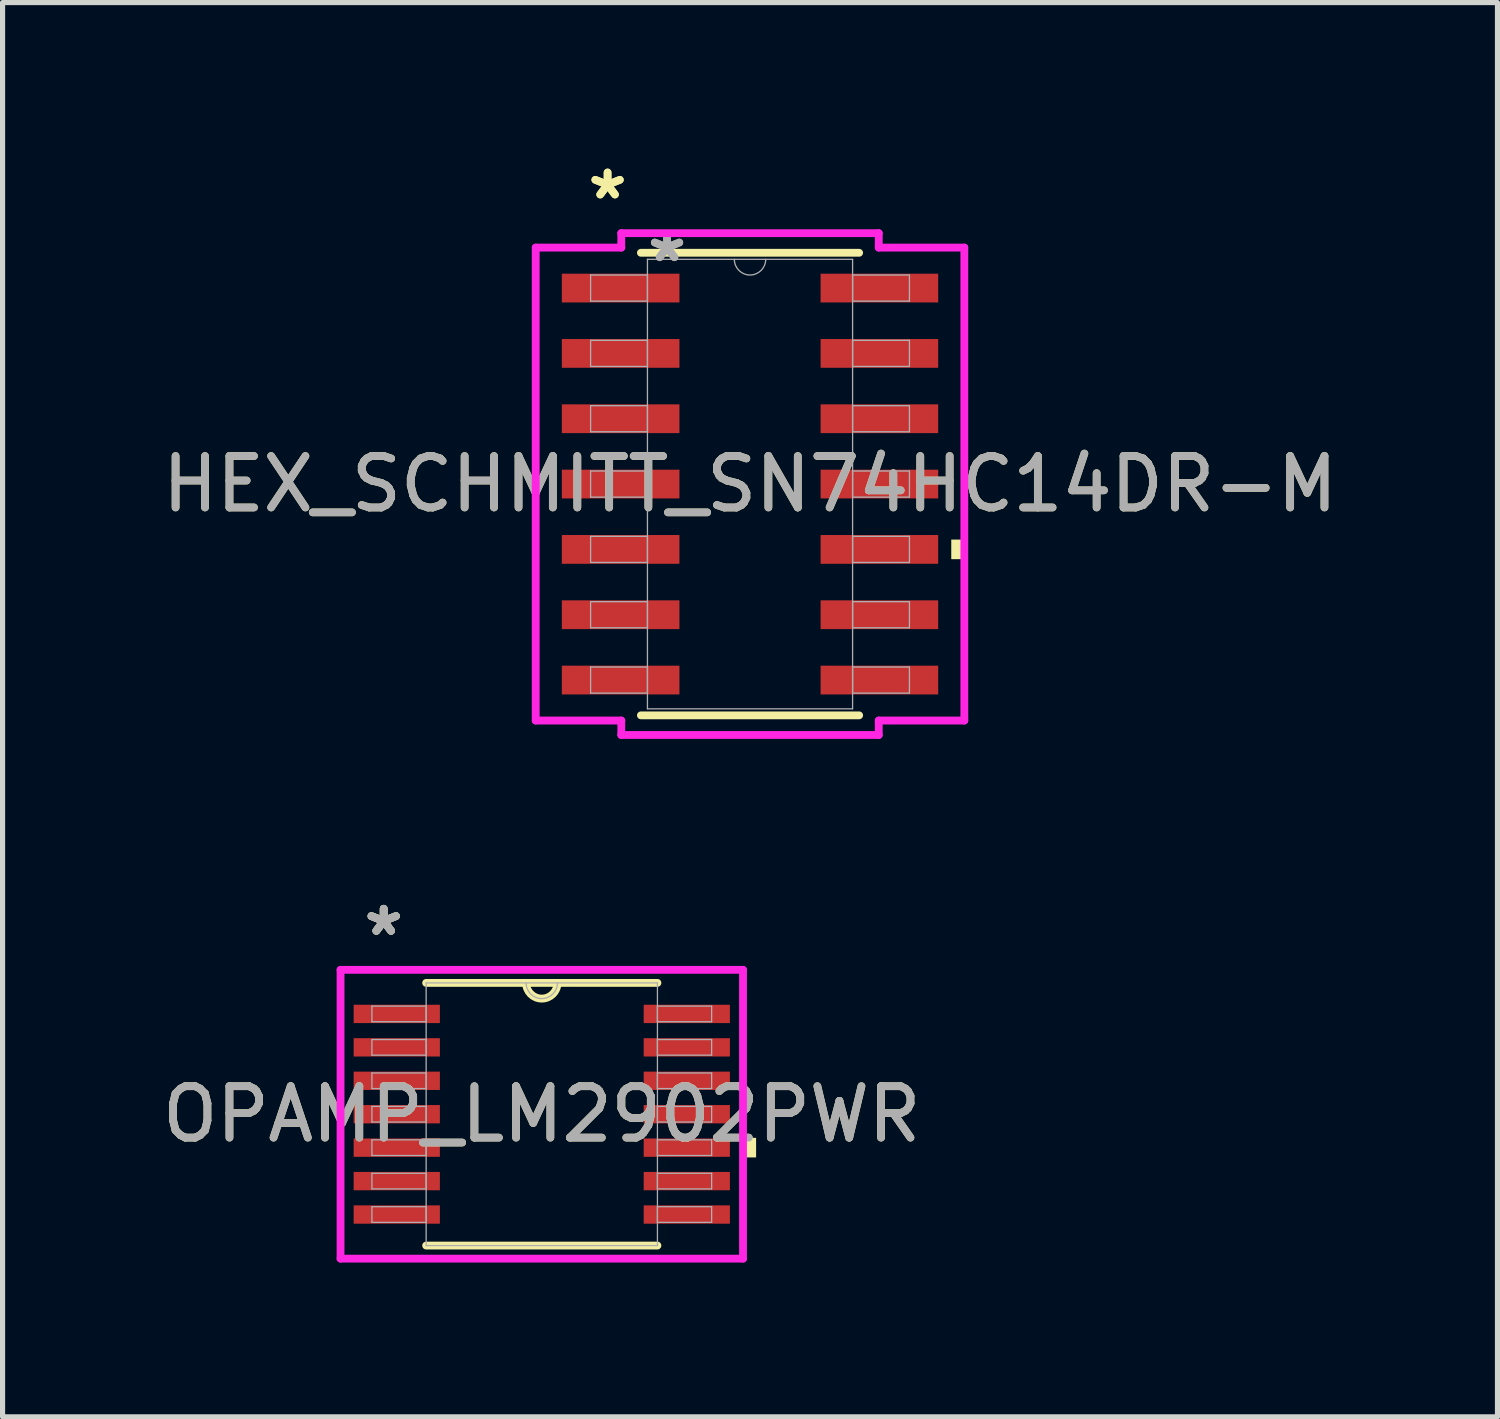
<source format=kicad_pcb>
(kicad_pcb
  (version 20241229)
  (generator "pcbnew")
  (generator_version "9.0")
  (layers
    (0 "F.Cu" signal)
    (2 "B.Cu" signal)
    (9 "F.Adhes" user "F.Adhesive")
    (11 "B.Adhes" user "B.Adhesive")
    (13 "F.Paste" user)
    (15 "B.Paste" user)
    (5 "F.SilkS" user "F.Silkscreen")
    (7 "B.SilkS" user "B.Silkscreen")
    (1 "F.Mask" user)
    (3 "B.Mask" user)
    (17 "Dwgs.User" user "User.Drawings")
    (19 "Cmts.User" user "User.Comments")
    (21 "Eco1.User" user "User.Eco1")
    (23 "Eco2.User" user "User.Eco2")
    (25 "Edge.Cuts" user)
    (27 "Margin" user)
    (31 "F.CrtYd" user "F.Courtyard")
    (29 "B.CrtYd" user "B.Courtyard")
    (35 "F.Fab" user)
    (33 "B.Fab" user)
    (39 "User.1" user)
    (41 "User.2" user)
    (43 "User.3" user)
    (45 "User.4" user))
  (footprint "OPAMP_LM2902PWR"
    (layer "F.Cu")
    (at 7.482 18.61)
    (property "Reference" "OPAMP_LM2902PWR" (at 0 0 0) (unlocked yes) (layer "F.SilkS") (effects (font (size 1 1) (thickness 0.15))))
    (attr smd)
    (fp_line (start -2.248 2.553) (end 2.248 2.553) (stroke (width 0.152) (type solid)) (layer "F.SilkS"))
    (fp_line (start 2.248 -2.553) (end -2.248 -2.553) (stroke (width 0.152) (type solid)) (layer "F.SilkS"))
    (fp_arc (start 0.3048 -2.5527) (mid 0 -2.2479) (end -0.3048 -2.5527) (stroke (width 0.1524) (type solid)) (layer "F.SilkS"))
    (fp_poly (pts (xy 4.166 0.459) (xy 4.166 0.84) (xy 3.912 0.84) (xy 3.912 0.459)) (stroke (width 0) (type solid)) (fill yes) (layer "F.SilkS"))
    (fp_line (start -3.912 -2.807) (end 3.912 -2.807) (stroke (width 0.152) (type solid)) (layer "F.CrtYd"))
    (fp_line (start -3.912 2.807) (end -3.912 -2.807) (stroke (width 0.152) (type solid)) (layer "F.CrtYd"))
    (fp_line (start 3.912 -2.807) (end 3.912 2.807) (stroke (width 0.152) (type solid)) (layer "F.CrtYd"))
    (fp_line (start 3.912 2.807) (end -3.912 2.807) (stroke (width 0.152) (type solid)) (layer "F.CrtYd"))
    (fp_line (start -3.302 -2.102) (end -3.302 -1.798) (stroke (width 0.025) (type solid)) (layer "F.Fab"))
    (fp_line (start -3.302 -1.798) (end -2.248 -1.798) (stroke (width 0.025) (type solid)) (layer "F.Fab"))
    (fp_line (start -3.302 -1.452) (end -3.302 -1.148) (stroke (width 0.025) (type solid)) (layer "F.Fab"))
    (fp_line (start -3.302 -1.148) (end -2.248 -1.148) (stroke (width 0.025) (type solid)) (layer "F.Fab"))
    (fp_line (start -3.302 -0.802) (end -3.302 -0.498) (stroke (width 0.025) (type solid)) (layer "F.Fab"))
    (fp_line (start -3.302 -0.498) (end -2.248 -0.498) (stroke (width 0.025) (type solid)) (layer "F.Fab"))
    (fp_line (start -3.302 -0.152) (end -3.302 0.152) (stroke (width 0.025) (type solid)) (layer "F.Fab"))
    (fp_line (start -3.302 0.152) (end -2.248 0.152) (stroke (width 0.025) (type solid)) (layer "F.Fab"))
    (fp_line (start -3.302 0.498) (end -3.302 0.802) (stroke (width 0.025) (type solid)) (layer "F.Fab"))
    (fp_line (start -3.302 0.802) (end -2.248 0.802) (stroke (width 0.025) (type solid)) (layer "F.Fab"))
    (fp_line (start -3.302 1.148) (end -3.302 1.452) (stroke (width 0.025) (type solid)) (layer "F.Fab"))
    (fp_line (start -3.302 1.452) (end -2.248 1.452) (stroke (width 0.025) (type solid)) (layer "F.Fab"))
    (fp_line (start -3.302 1.798) (end -3.302 2.102) (stroke (width 0.025) (type solid)) (layer "F.Fab"))
    (fp_line (start -3.302 2.102) (end -2.248 2.102) (stroke (width 0.025) (type solid)) (layer "F.Fab"))
    (fp_line (start -2.248 -2.553) (end -2.248 2.553) (stroke (width 0.025) (type solid)) (layer "F.Fab"))
    (fp_line (start -2.248 -2.102) (end -3.302 -2.102) (stroke (width 0.025) (type solid)) (layer "F.Fab"))
    (fp_line (start -2.248 -1.798) (end -2.248 -2.102) (stroke (width 0.025) (type solid)) (layer "F.Fab"))
    (fp_line (start -2.248 -1.452) (end -3.302 -1.452) (stroke (width 0.025) (type solid)) (layer "F.Fab"))
    (fp_line (start -2.248 -1.148) (end -2.248 -1.452) (stroke (width 0.025) (type solid)) (layer "F.Fab"))
    (fp_line (start -2.248 -0.802) (end -3.302 -0.802) (stroke (width 0.025) (type solid)) (layer "F.Fab"))
    (fp_line (start -2.248 -0.498) (end -2.248 -0.802) (stroke (width 0.025) (type solid)) (layer "F.Fab"))
    (fp_line (start -2.248 -0.152) (end -3.302 -0.152) (stroke (width 0.025) (type solid)) (layer "F.Fab"))
    (fp_line (start -2.248 0.152) (end -2.248 -0.152) (stroke (width 0.025) (type solid)) (layer "F.Fab"))
    (fp_line (start -2.248 0.498) (end -3.302 0.498) (stroke (width 0.025) (type solid)) (layer "F.Fab"))
    (fp_line (start -2.248 0.802) (end -2.248 0.498) (stroke (width 0.025) (type solid)) (layer "F.Fab"))
    (fp_line (start -2.248 1.148) (end -3.302 1.148) (stroke (width 0.025) (type solid)) (layer "F.Fab"))
    (fp_line (start -2.248 1.452) (end -2.248 1.148) (stroke (width 0.025) (type solid)) (layer "F.Fab"))
    (fp_line (start -2.248 1.798) (end -3.302 1.798) (stroke (width 0.025) (type solid)) (layer "F.Fab"))
    (fp_line (start -2.248 2.102) (end -2.248 1.798) (stroke (width 0.025) (type solid)) (layer "F.Fab"))
    (fp_line (start -2.248 2.553) (end 2.248 2.553) (stroke (width 0.025) (type solid)) (layer "F.Fab"))
    (fp_line (start 2.248 -2.553) (end -2.248 -2.553) (stroke (width 0.025) (type solid)) (layer "F.Fab"))
    (fp_line (start 2.248 -2.102) (end 2.248 -1.798) (stroke (width 0.025) (type solid)) (layer "F.Fab"))
    (fp_line (start 2.248 -1.798) (end 3.302 -1.798) (stroke (width 0.025) (type solid)) (layer "F.Fab"))
    (fp_line (start 2.248 -1.452) (end 2.248 -1.148) (stroke (width 0.025) (type solid)) (layer "F.Fab"))
    (fp_line (start 2.248 -1.148) (end 3.302 -1.148) (stroke (width 0.025) (type solid)) (layer "F.Fab"))
    (fp_line (start 2.248 -0.802) (end 2.248 -0.498) (stroke (width 0.025) (type solid)) (layer "F.Fab"))
    (fp_line (start 2.248 -0.498) (end 3.302 -0.498) (stroke (width 0.025) (type solid)) (layer "F.Fab"))
    (fp_line (start 2.248 -0.152) (end 2.248 0.152) (stroke (width 0.025) (type solid)) (layer "F.Fab"))
    (fp_line (start 2.248 0.152) (end 3.302 0.152) (stroke (width 0.025) (type solid)) (layer "F.Fab"))
    (fp_line (start 2.248 0.498) (end 2.248 0.802) (stroke (width 0.025) (type solid)) (layer "F.Fab"))
    (fp_line (start 2.248 0.802) (end 3.302 0.802) (stroke (width 0.025) (type solid)) (layer "F.Fab"))
    (fp_line (start 2.248 1.148) (end 2.248 1.452) (stroke (width 0.025) (type solid)) (layer "F.Fab"))
    (fp_line (start 2.248 1.452) (end 3.302 1.452) (stroke (width 0.025) (type solid)) (layer "F.Fab"))
    (fp_line (start 2.248 1.798) (end 2.248 2.102) (stroke (width 0.025) (type solid)) (layer "F.Fab"))
    (fp_line (start 2.248 2.102) (end 3.302 2.102) (stroke (width 0.025) (type solid)) (layer "F.Fab"))
    (fp_line (start 2.248 2.553) (end 2.248 -2.553) (stroke (width 0.025) (type solid)) (layer "F.Fab"))
    (fp_line (start 3.302 -2.102) (end 2.248 -2.102) (stroke (width 0.025) (type solid)) (layer "F.Fab"))
    (fp_line (start 3.302 -1.798) (end 3.302 -2.102) (stroke (width 0.025) (type solid)) (layer "F.Fab"))
    (fp_line (start 3.302 -1.452) (end 2.248 -1.452) (stroke (width 0.025) (type solid)) (layer "F.Fab"))
    (fp_line (start 3.302 -1.148) (end 3.302 -1.452) (stroke (width 0.025) (type solid)) (layer "F.Fab"))
    (fp_line (start 3.302 -0.802) (end 2.248 -0.802) (stroke (width 0.025) (type solid)) (layer "F.Fab"))
    (fp_line (start 3.302 -0.498) (end 3.302 -0.802) (stroke (width 0.025) (type solid)) (layer "F.Fab"))
    (fp_line (start 3.302 -0.152) (end 2.248 -0.152) (stroke (width 0.025) (type solid)) (layer "F.Fab"))
    (fp_line (start 3.302 0.152) (end 3.302 -0.152) (stroke (width 0.025) (type solid)) (layer "F.Fab"))
    (fp_line (start 3.302 0.498) (end 2.248 0.498) (stroke (width 0.025) (type solid)) (layer "F.Fab"))
    (fp_line (start 3.302 0.802) (end 3.302 0.498) (stroke (width 0.025) (type solid)) (layer "F.Fab"))
    (fp_line (start 3.302 1.148) (end 2.248 1.148) (stroke (width 0.025) (type solid)) (layer "F.Fab"))
    (fp_line (start 3.302 1.452) (end 3.302 1.148) (stroke (width 0.025) (type solid)) (layer "F.Fab"))
    (fp_line (start 3.302 1.798) (end 2.248 1.798) (stroke (width 0.025) (type solid)) (layer "F.Fab"))
    (fp_line (start 3.302 2.102) (end 3.302 1.798) (stroke (width 0.025) (type solid)) (layer "F.Fab"))
    (fp_arc (start 0.3048 -2.5527) (mid 0 -2.2479) (end -0.3048 -2.5527) (stroke (width 0.0254) (type solid)) (layer "F.Fab"))
    (fp_text user "*" (at -3.073 -3.449 0) (unlocked yes) (layer "F.SilkS") (effects (font (size 1 1) (thickness 0.15))))
    (fp_text user "*" (at -3.073 -3.449 0) (layer "F.SilkS") (effects (font (size 1 1) (thickness 0.15))))
    (fp_text user "*" (at -3.073 -3.449 0) (layer "F.Fab") (effects (font (size 1 1) (thickness 0.15))))
    (fp_text user "${REFERENCE}" (at 0 0 0) (unlocked yes) (layer "F.Fab") (effects (font (size 1 1) (thickness 0.15))))
    (fp_text user "*" (at -3.073 -3.449 0) (unlocked yes) (layer "F.Fab") (effects (font (size 1 1) (thickness 0.15))))
    (pad "1" smd rect (at -2.819 -1.95) (size 1.676 0.356) (layers "F.Cu" "F.Mask" "F.Paste"))
    (pad "2" smd rect (at -2.819 -1.3) (size 1.676 0.356) (layers "F.Cu" "F.Mask" "F.Paste"))
    (pad "3" smd rect (at -2.819 -0.65) (size 1.676 0.356) (layers "F.Cu" "F.Mask" "F.Paste"))
    (pad "4" smd rect (at -2.819 0) (size 1.676 0.356) (layers "F.Cu" "F.Mask" "F.Paste"))
    (pad "5" smd rect (at -2.819 0.65) (size 1.676 0.356) (layers "F.Cu" "F.Mask" "F.Paste"))
    (pad "6" smd rect (at -2.819 1.3) (size 1.676 0.356) (layers "F.Cu" "F.Mask" "F.Paste"))
    (pad "7" smd rect (at -2.819 1.95) (size 1.676 0.356) (layers "F.Cu" "F.Mask" "F.Paste"))
    (pad "8" smd rect (at 2.819 1.95) (size 1.676 0.356) (layers "F.Cu" "F.Mask" "F.Paste"))
    (pad "9" smd rect (at 2.819 1.3) (size 1.676 0.356) (layers "F.Cu" "F.Mask" "F.Paste"))
    (pad "10" smd rect (at 2.819 0.65) (size 1.676 0.356) (layers "F.Cu" "F.Mask" "F.Paste"))
    (pad "11" smd rect (at 2.819 0) (size 1.676 0.356) (layers "F.Cu" "F.Mask" "F.Paste"))
    (pad "12" smd rect (at 2.819 -0.65) (size 1.676 0.356) (layers "F.Cu" "F.Mask" "F.Paste"))
    (pad "13" smd rect (at 2.819 -1.3) (size 1.676 0.356) (layers "F.Cu" "F.Mask" "F.Paste"))
    (pad "14" smd rect (at 2.819 -1.95) (size 1.676 0.356) (layers "F.Cu" "F.Mask" "F.Paste")))
  (footprint "HEX_SCHMITT_SN74HC14DR-M"
    (layer "F.Cu")
    (at 11.53 6.36)
    (property "Reference" "HEX_SCHMITT_SN74HC14DR-M" (at 0 0 0) (unlocked yes) (layer "F.SilkS") (effects (font (size 1 1) (thickness 0.15))))
    (attr smd)
    (fp_line (start -2.121 4.496) (end 2.121 4.496) (stroke (width 0.152) (type solid)) (layer "F.SilkS"))
    (fp_line (start 2.121 -4.496) (end -2.121 -4.496) (stroke (width 0.152) (type solid)) (layer "F.SilkS"))
    (fp_poly (pts (xy 4.166 1.079) (xy 4.166 1.46) (xy 3.912 1.46) (xy 3.912 1.079)) (stroke (width 0) (type solid)) (fill yes) (layer "F.SilkS"))
    (fp_line (start -4.166 -4.597) (end -2.502 -4.597) (stroke (width 0.152) (type solid)) (layer "F.CrtYd"))
    (fp_line (start -4.166 4.597) (end -4.166 -4.597) (stroke (width 0.152) (type solid)) (layer "F.CrtYd"))
    (fp_line (start -4.166 4.597) (end -2.502 4.597) (stroke (width 0.152) (type solid)) (layer "F.CrtYd"))
    (fp_line (start -2.502 -4.877) (end 2.502 -4.877) (stroke (width 0.152) (type solid)) (layer "F.CrtYd"))
    (fp_line (start -2.502 -4.597) (end -2.502 -4.877) (stroke (width 0.152) (type solid)) (layer "F.CrtYd"))
    (fp_line (start -2.502 4.877) (end -2.502 4.597) (stroke (width 0.152) (type solid)) (layer "F.CrtYd"))
    (fp_line (start 2.502 -4.877) (end 2.502 -4.597) (stroke (width 0.152) (type solid)) (layer "F.CrtYd"))
    (fp_line (start 2.502 4.597) (end 2.502 4.877) (stroke (width 0.152) (type solid)) (layer "F.CrtYd"))
    (fp_line (start 2.502 4.877) (end -2.502 4.877) (stroke (width 0.152) (type solid)) (layer "F.CrtYd"))
    (fp_line (start 4.166 -4.597) (end 2.502 -4.597) (stroke (width 0.152) (type solid)) (layer "F.CrtYd"))
    (fp_line (start 4.166 -4.597) (end 4.166 4.597) (stroke (width 0.152) (type solid)) (layer "F.CrtYd"))
    (fp_line (start 4.166 4.597) (end 2.502 4.597) (stroke (width 0.152) (type solid)) (layer "F.CrtYd"))
    (fp_line (start -3.099 -4.064) (end -3.099 -3.556) (stroke (width 0.025) (type solid)) (layer "F.Fab"))
    (fp_line (start -3.099 -3.556) (end -1.994 -3.556) (stroke (width 0.025) (type solid)) (layer "F.Fab"))
    (fp_line (start -3.099 -2.794) (end -3.099 -2.286) (stroke (width 0.025) (type solid)) (layer "F.Fab"))
    (fp_line (start -3.099 -2.286) (end -1.994 -2.286) (stroke (width 0.025) (type solid)) (layer "F.Fab"))
    (fp_line (start -3.099 -1.524) (end -3.099 -1.016) (stroke (width 0.025) (type solid)) (layer "F.Fab"))
    (fp_line (start -3.099 -1.016) (end -1.994 -1.016) (stroke (width 0.025) (type solid)) (layer "F.Fab"))
    (fp_line (start -3.099 -0.254) (end -3.099 0.254) (stroke (width 0.025) (type solid)) (layer "F.Fab"))
    (fp_line (start -3.099 0.254) (end -1.994 0.254) (stroke (width 0.025) (type solid)) (layer "F.Fab"))
    (fp_line (start -3.099 1.016) (end -3.099 1.524) (stroke (width 0.025) (type solid)) (layer "F.Fab"))
    (fp_line (start -3.099 1.524) (end -1.994 1.524) (stroke (width 0.025) (type solid)) (layer "F.Fab"))
    (fp_line (start -3.099 2.286) (end -3.099 2.794) (stroke (width 0.025) (type solid)) (layer "F.Fab"))
    (fp_line (start -3.099 2.794) (end -1.994 2.794) (stroke (width 0.025) (type solid)) (layer "F.Fab"))
    (fp_line (start -3.099 3.556) (end -3.099 4.064) (stroke (width 0.025) (type solid)) (layer "F.Fab"))
    (fp_line (start -3.099 4.064) (end -1.994 4.064) (stroke (width 0.025) (type solid)) (layer "F.Fab"))
    (fp_line (start -1.994 -4.369) (end -1.994 4.369) (stroke (width 0.025) (type solid)) (layer "F.Fab"))
    (fp_line (start -1.994 -4.064) (end -3.099 -4.064) (stroke (width 0.025) (type solid)) (layer "F.Fab"))
    (fp_line (start -1.994 -3.556) (end -1.994 -4.064) (stroke (width 0.025) (type solid)) (layer "F.Fab"))
    (fp_line (start -1.994 -2.794) (end -3.099 -2.794) (stroke (width 0.025) (type solid)) (layer "F.Fab"))
    (fp_line (start -1.994 -2.286) (end -1.994 -2.794) (stroke (width 0.025) (type solid)) (layer "F.Fab"))
    (fp_line (start -1.994 -1.524) (end -3.099 -1.524) (stroke (width 0.025) (type solid)) (layer "F.Fab"))
    (fp_line (start -1.994 -1.016) (end -1.994 -1.524) (stroke (width 0.025) (type solid)) (layer "F.Fab"))
    (fp_line (start -1.994 -0.254) (end -3.099 -0.254) (stroke (width 0.025) (type solid)) (layer "F.Fab"))
    (fp_line (start -1.994 0.254) (end -1.994 -0.254) (stroke (width 0.025) (type solid)) (layer "F.Fab"))
    (fp_line (start -1.994 1.016) (end -3.099 1.016) (stroke (width 0.025) (type solid)) (layer "F.Fab"))
    (fp_line (start -1.994 1.524) (end -1.994 1.016) (stroke (width 0.025) (type solid)) (layer "F.Fab"))
    (fp_line (start -1.994 2.286) (end -3.099 2.286) (stroke (width 0.025) (type solid)) (layer "F.Fab"))
    (fp_line (start -1.994 2.794) (end -1.994 2.286) (stroke (width 0.025) (type solid)) (layer "F.Fab"))
    (fp_line (start -1.994 3.556) (end -3.099 3.556) (stroke (width 0.025) (type solid)) (layer "F.Fab"))
    (fp_line (start -1.994 4.064) (end -1.994 3.556) (stroke (width 0.025) (type solid)) (layer "F.Fab"))
    (fp_line (start -1.994 4.369) (end 1.994 4.369) (stroke (width 0.025) (type solid)) (layer "F.Fab"))
    (fp_line (start 1.994 -4.369) (end -1.994 -4.369) (stroke (width 0.025) (type solid)) (layer "F.Fab"))
    (fp_line (start 1.994 -4.064) (end 1.994 -3.556) (stroke (width 0.025) (type solid)) (layer "F.Fab"))
    (fp_line (start 1.994 -3.556) (end 3.099 -3.556) (stroke (width 0.025) (type solid)) (layer "F.Fab"))
    (fp_line (start 1.994 -2.794) (end 1.994 -2.286) (stroke (width 0.025) (type solid)) (layer "F.Fab"))
    (fp_line (start 1.994 -2.286) (end 3.099 -2.286) (stroke (width 0.025) (type solid)) (layer "F.Fab"))
    (fp_line (start 1.994 -1.524) (end 1.994 -1.016) (stroke (width 0.025) (type solid)) (layer "F.Fab"))
    (fp_line (start 1.994 -1.016) (end 3.099 -1.016) (stroke (width 0.025) (type solid)) (layer "F.Fab"))
    (fp_line (start 1.994 -0.254) (end 1.994 0.254) (stroke (width 0.025) (type solid)) (layer "F.Fab"))
    (fp_line (start 1.994 0.254) (end 3.099 0.254) (stroke (width 0.025) (type solid)) (layer "F.Fab"))
    (fp_line (start 1.994 1.016) (end 1.994 1.524) (stroke (width 0.025) (type solid)) (layer "F.Fab"))
    (fp_line (start 1.994 1.524) (end 3.099 1.524) (stroke (width 0.025) (type solid)) (layer "F.Fab"))
    (fp_line (start 1.994 2.286) (end 1.994 2.794) (stroke (width 0.025) (type solid)) (layer "F.Fab"))
    (fp_line (start 1.994 2.794) (end 3.099 2.794) (stroke (width 0.025) (type solid)) (layer "F.Fab"))
    (fp_line (start 1.994 3.556) (end 1.994 4.064) (stroke (width 0.025) (type solid)) (layer "F.Fab"))
    (fp_line (start 1.994 4.064) (end 3.099 4.064) (stroke (width 0.025) (type solid)) (layer "F.Fab"))
    (fp_line (start 1.994 4.369) (end 1.994 -4.369) (stroke (width 0.025) (type solid)) (layer "F.Fab"))
    (fp_line (start 3.099 -4.064) (end 1.994 -4.064) (stroke (width 0.025) (type solid)) (layer "F.Fab"))
    (fp_line (start 3.099 -3.556) (end 3.099 -4.064) (stroke (width 0.025) (type solid)) (layer "F.Fab"))
    (fp_line (start 3.099 -2.794) (end 1.994 -2.794) (stroke (width 0.025) (type solid)) (layer "F.Fab"))
    (fp_line (start 3.099 -2.286) (end 3.099 -2.794) (stroke (width 0.025) (type solid)) (layer "F.Fab"))
    (fp_line (start 3.099 -1.524) (end 1.994 -1.524) (stroke (width 0.025) (type solid)) (layer "F.Fab"))
    (fp_line (start 3.099 -1.016) (end 3.099 -1.524) (stroke (width 0.025) (type solid)) (layer "F.Fab"))
    (fp_line (start 3.099 -0.254) (end 1.994 -0.254) (stroke (width 0.025) (type solid)) (layer "F.Fab"))
    (fp_line (start 3.099 0.254) (end 3.099 -0.254) (stroke (width 0.025) (type solid)) (layer "F.Fab"))
    (fp_line (start 3.099 1.016) (end 1.994 1.016) (stroke (width 0.025) (type solid)) (layer "F.Fab"))
    (fp_line (start 3.099 1.524) (end 3.099 1.016) (stroke (width 0.025) (type solid)) (layer "F.Fab"))
    (fp_line (start 3.099 2.286) (end 1.994 2.286) (stroke (width 0.025) (type solid)) (layer "F.Fab"))
    (fp_line (start 3.099 2.794) (end 3.099 2.286) (stroke (width 0.025) (type solid)) (layer "F.Fab"))
    (fp_line (start 3.099 3.556) (end 1.994 3.556) (stroke (width 0.025) (type solid)) (layer "F.Fab"))
    (fp_line (start 3.099 4.064) (end 3.099 3.556) (stroke (width 0.025) (type solid)) (layer "F.Fab"))
    (fp_arc (start 0.3048 -4.3688) (mid 0 -4.064) (end -0.3048 -4.3688) (stroke (width 0.0254) (type solid)) (layer "F.Fab"))
    (fp_text user "*" (at -2.769 -5.512 0) (layer "F.SilkS") (effects (font (size 1 1) (thickness 0.15))))
    (fp_text user "*" (at -2.769 -5.512 0) (unlocked yes) (layer "F.SilkS") (effects (font (size 1 1) (thickness 0.15))))
    (fp_text user "*" (at -1.613 -4.293 0) (layer "F.Fab") (effects (font (size 1 1) (thickness 0.15))))
    (fp_text user "*" (at -1.613 -4.293 0) (unlocked yes) (layer "F.Fab") (effects (font (size 1 1) (thickness 0.15))))
    (fp_text user "${REFERENCE}" (at 0 0 0) (unlocked yes) (layer "F.Fab") (effects (font (size 1 1) (thickness 0.15))))
    (pad "1" smd rect (at -2.515 -3.81) (size 2.286 0.559) (layers "F.Cu" "F.Mask" "F.Paste"))
    (pad "2" smd rect (at -2.515 -2.54) (size 2.286 0.559) (layers "F.Cu" "F.Mask" "F.Paste"))
    (pad "3" smd rect (at -2.515 -1.27) (size 2.286 0.559) (layers "F.Cu" "F.Mask" "F.Paste"))
    (pad "4" smd rect (at -2.515 0) (size 2.286 0.559) (layers "F.Cu" "F.Mask" "F.Paste"))
    (pad "5" smd rect (at -2.515 1.27) (size 2.286 0.559) (layers "F.Cu" "F.Mask" "F.Paste"))
    (pad "6" smd rect (at -2.515 2.54) (size 2.286 0.559) (layers "F.Cu" "F.Mask" "F.Paste"))
    (pad "7" smd rect (at -2.515 3.81) (size 2.286 0.559) (layers "F.Cu" "F.Mask" "F.Paste"))
    (pad "8" smd rect (at 2.515 3.81) (size 2.286 0.559) (layers "F.Cu" "F.Mask" "F.Paste"))
    (pad "9" smd rect (at 2.515 2.54) (size 2.286 0.559) (layers "F.Cu" "F.Mask" "F.Paste"))
    (pad "10" smd rect (at 2.515 1.27) (size 2.286 0.559) (layers "F.Cu" "F.Mask" "F.Paste"))
    (pad "11" smd rect (at 2.515 0) (size 2.286 0.559) (layers "F.Cu" "F.Mask" "F.Paste"))
    (pad "12" smd rect (at 2.515 -1.27) (size 2.286 0.559) (layers "F.Cu" "F.Mask" "F.Paste"))
    (pad "13" smd rect (at 2.515 -2.54) (size 2.286 0.559) (layers "F.Cu" "F.Mask" "F.Paste"))
    (pad "14" smd rect (at 2.515 -3.81) (size 2.286 0.559) (layers "F.Cu" "F.Mask" "F.Paste")))
  (gr_rect
    (start -3 -3)
    (end 26.06 24.493)
    (stroke (width 0.1) (type default))
    (fill no)
    (layer "Edge.Cuts")))
</source>
